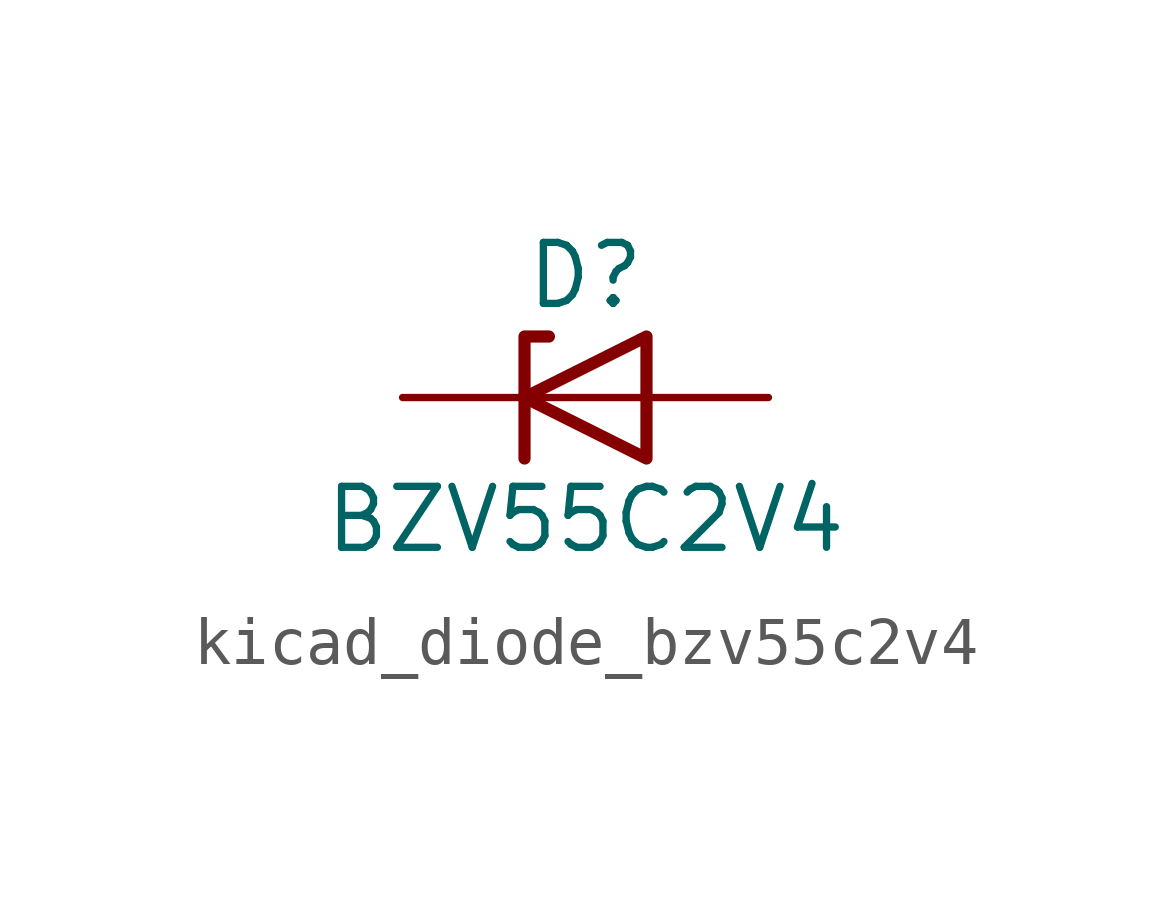
<source format=kicad_sym>
(kicad_symbol_lib
  (version 20220914)
  (generator kicad_symbol_editor)
  (symbol "kicad_diode_bzv55c2v4"
    (pin_numbers hide)
    (pin_names hide)
    (property "Reference" "D"
      (at 0 2.54 0)
      (effects (font (size 1.27 1.27))))
    (property "Value" "BZV55C2V4"
      (at 0 -2.54 0)
      (effects (font (size 1.27 1.27))))
    (symbol "kicad_diode_bzv55c2v4_0_1"
      (polyline (pts (xy 1.27 0) (xy -1.27 0)) (stroke (width 0) (type default)) (fill (type none)))
      (polyline (pts (xy -1.27 -1.27) (xy -1.27 1.27) (xy -0.762 1.27)) (stroke (width 0.254) (type default)) (fill (type none)))
      (polyline (pts (xy 1.27 -1.27) (xy 1.27 1.27) (xy -1.27 0) (xy 1.27 -1.27)) (stroke (width 0.254) (type default)) (fill (type none))))
    (symbol "kicad_diode_bzv55c2v4_1_1"
      (pin passive line (at -3.81 0 0) (length 2.54) (name "K" (effects (font (size 1.27 1.27)))) (number "1" (effects (font (size 1.27 1.27)))))
      (pin passive line (at 3.81 0 180) (length 2.54) (name "A" (effects (font (size 1.27 1.27)))) (number "2" (effects (font (size 1.27 1.27))))))))
</source>
